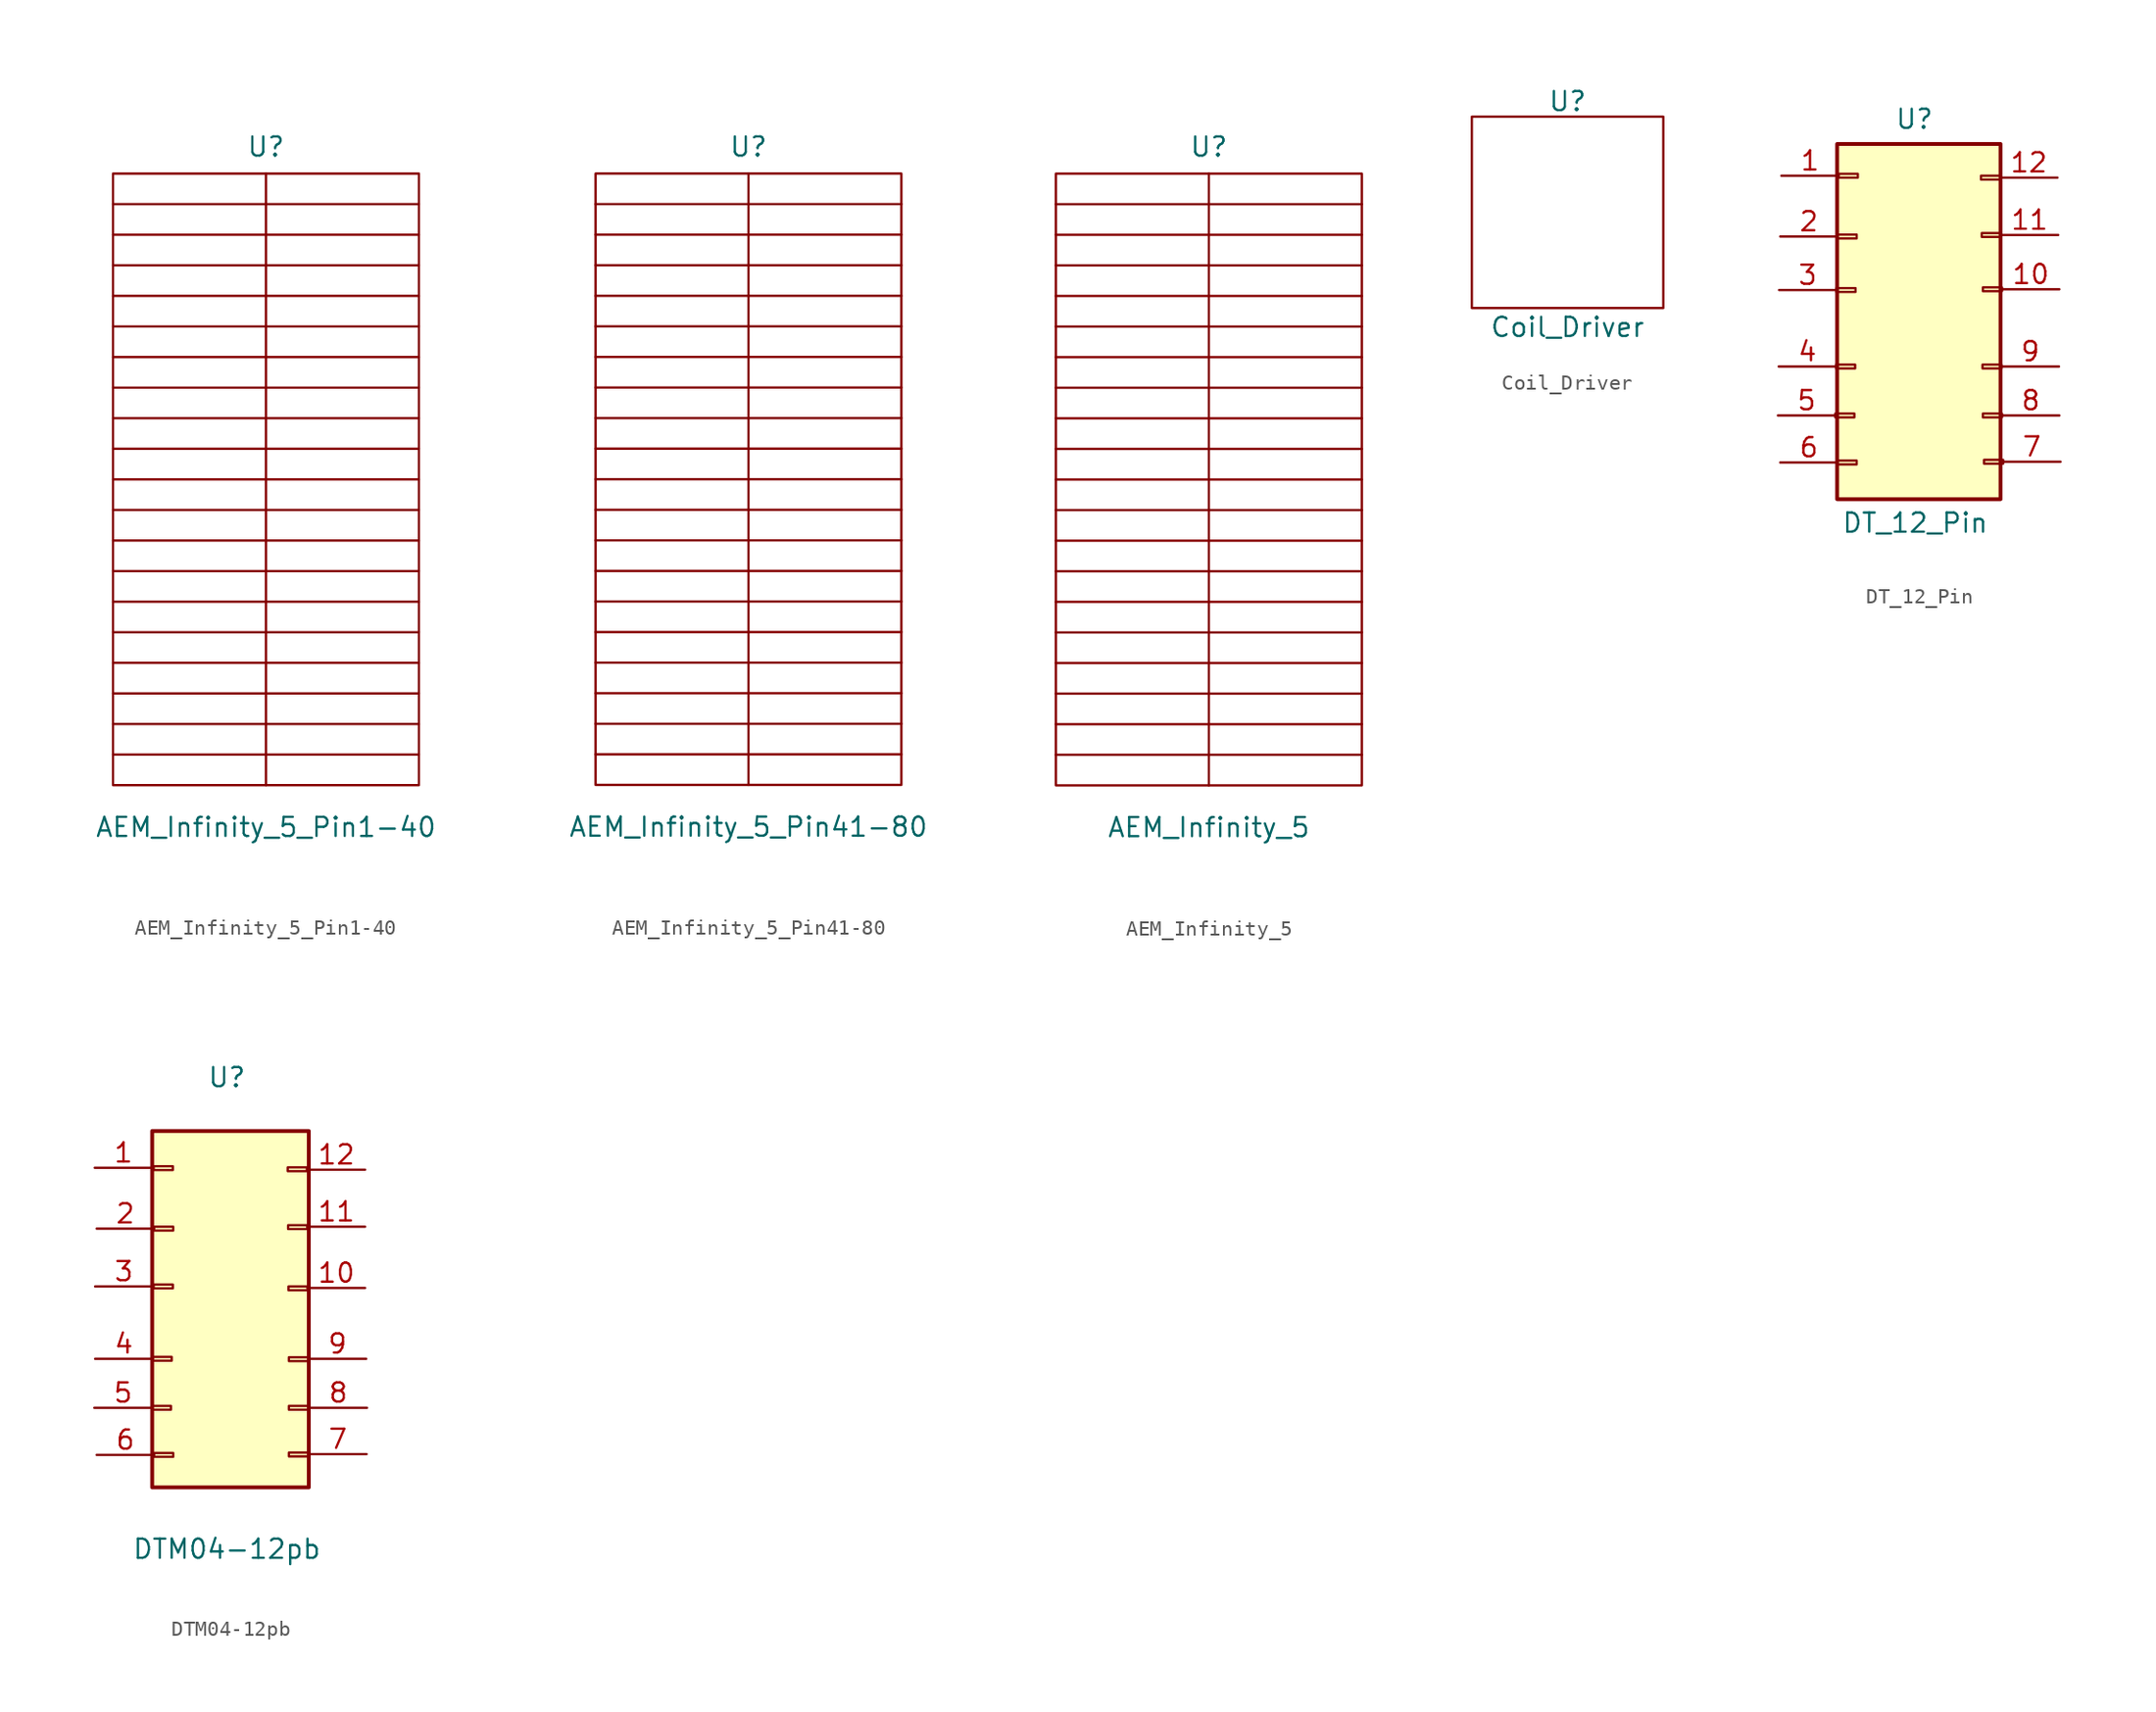
<source format=kicad_sym>
(kicad_symbol_lib
  (version 20220914)
  (generator kicad_symbol_editor)
  (symbol "AEM_Infinity_5_Pin1-40"
    (property "Reference" "U"
      (at 0 22.098 0)
      (effects (font (size 1.27 1.27))))
    (property "Value" "AEM_Infinity_5_Pin1-40"
      (at 0 -23.114 0)
      (effects (font (size 1.27 1.27))))
    (symbol "AEM_Infinity_5_Pin1-40_0_1"
      (rectangle (start -10.16 20.32) (end 10.16 -20.32) (stroke (width 0) (type default)) (fill (type none)))
      (polyline (pts (xy 0 20.32) (xy 0 -20.32)) (stroke (width 0) (type default)) (fill (type none)))
      (polyline (pts (xy -10.16 -18.288) (xy 10.16 -18.288) (xy 9.906 -18.288)) (stroke (width 0) (type default)) (fill (type none)))
      (polyline (pts (xy -10.16 -16.256) (xy 10.16 -16.256) (xy 9.906 -16.256)) (stroke (width 0) (type default)) (fill (type none)))
      (polyline (pts (xy -10.16 -14.224) (xy 10.16 -14.224) (xy 9.906 -14.224)) (stroke (width 0) (type default)) (fill (type none)))
      (polyline (pts (xy -10.16 -12.192) (xy 10.16 -12.192) (xy 9.906 -12.192)) (stroke (width 0) (type default)) (fill (type none)))
      (polyline (pts (xy -10.16 -10.16) (xy 10.16 -10.16) (xy 9.906 -10.16)) (stroke (width 0) (type default)) (fill (type none)))
      (polyline (pts (xy -10.16 -8.128) (xy 10.16 -8.128) (xy 9.906 -8.128)) (stroke (width 0) (type default)) (fill (type none)))
      (polyline (pts (xy -10.16 -6.096) (xy 10.16 -6.096) (xy 9.906 -6.096)) (stroke (width 0) (type default)) (fill (type none)))
      (polyline (pts (xy -10.16 -4.064) (xy 10.16 -4.064) (xy 9.906 -4.064)) (stroke (width 0) (type default)) (fill (type none)))
      (polyline (pts (xy -10.16 -2.032) (xy 10.16 -2.032) (xy 9.906 -2.032)) (stroke (width 0) (type default)) (fill (type none)))
      (polyline (pts (xy -10.16 0) (xy 10.16 0) (xy 9.906 0)) (stroke (width 0) (type default)) (fill (type none)))
      (polyline (pts (xy -10.16 2.032) (xy 10.16 2.032) (xy 9.906 2.032)) (stroke (width 0) (type default)) (fill (type none)))
      (polyline (pts (xy -10.16 4.064) (xy 10.16 4.064) (xy 9.906 4.064)) (stroke (width 0) (type default)) (fill (type none)))
      (polyline (pts (xy -10.16 6.096) (xy 10.16 6.096) (xy 9.906 6.096)) (stroke (width 0) (type default)) (fill (type none)))
      (polyline (pts (xy -10.16 8.128) (xy 10.16 8.128) (xy 9.906 8.128)) (stroke (width 0) (type default)) (fill (type none)))
      (polyline (pts (xy -10.16 10.16) (xy 10.16 10.16) (xy 9.906 10.16)) (stroke (width 0) (type default)) (fill (type none)))
      (polyline (pts (xy -10.16 12.192) (xy 10.16 12.192) (xy 9.906 12.192)) (stroke (width 0) (type default)) (fill (type none)))
      (polyline (pts (xy -10.16 14.224) (xy 10.16 14.224) (xy 9.906 14.224)) (stroke (width 0) (type default)) (fill (type none)))
      (polyline (pts (xy -10.16 16.256) (xy 10.16 16.256) (xy 9.906 16.256)) (stroke (width 0) (type default)) (fill (type none)))
      (polyline (pts (xy -10.16 18.288) (xy 10.16 18.288) (xy 9.906 18.288)) (stroke (width 0) (type default)) (fill (type none)))))
  (symbol "AEM_Infinity_5_Pin41-80"
    (property "Reference" "U"
      (at 0 22.098 0)
      (effects (font (size 1.27 1.27))))
    (property "Value" "AEM_Infinity_5_Pin41-80"
      (at 0 -23.114 0)
      (effects (font (size 1.27 1.27))))
    (symbol "AEM_Infinity_5_Pin41-80_0_1"
      (rectangle (start -10.16 20.32) (end 10.16 -20.32) (stroke (width 0) (type default)) (fill (type none)))
      (polyline (pts (xy 0 20.32) (xy 0 -20.32)) (stroke (width 0) (type default)) (fill (type none)))
      (polyline (pts (xy -10.16 -18.288) (xy 10.16 -18.288) (xy 9.906 -18.288)) (stroke (width 0) (type default)) (fill (type none)))
      (polyline (pts (xy -10.16 -16.256) (xy 10.16 -16.256) (xy 9.906 -16.256)) (stroke (width 0) (type default)) (fill (type none)))
      (polyline (pts (xy -10.16 -14.224) (xy 10.16 -14.224) (xy 9.906 -14.224)) (stroke (width 0) (type default)) (fill (type none)))
      (polyline (pts (xy -10.16 -12.192) (xy 10.16 -12.192) (xy 9.906 -12.192)) (stroke (width 0) (type default)) (fill (type none)))
      (polyline (pts (xy -10.16 -10.16) (xy 10.16 -10.16) (xy 9.906 -10.16)) (stroke (width 0) (type default)) (fill (type none)))
      (polyline (pts (xy -10.16 -8.128) (xy 10.16 -8.128) (xy 9.906 -8.128)) (stroke (width 0) (type default)) (fill (type none)))
      (polyline (pts (xy -10.16 -6.096) (xy 10.16 -6.096) (xy 9.906 -6.096)) (stroke (width 0) (type default)) (fill (type none)))
      (polyline (pts (xy -10.16 -4.064) (xy 10.16 -4.064) (xy 9.906 -4.064)) (stroke (width 0) (type default)) (fill (type none)))
      (polyline (pts (xy -10.16 -2.032) (xy 10.16 -2.032) (xy 9.906 -2.032)) (stroke (width 0) (type default)) (fill (type none)))
      (polyline (pts (xy -10.16 0) (xy 10.16 0) (xy 9.906 0)) (stroke (width 0) (type default)) (fill (type none)))
      (polyline (pts (xy -10.16 2.032) (xy 10.16 2.032) (xy 9.906 2.032)) (stroke (width 0) (type default)) (fill (type none)))
      (polyline (pts (xy -10.16 4.064) (xy 10.16 4.064) (xy 9.906 4.064)) (stroke (width 0) (type default)) (fill (type none)))
      (polyline (pts (xy -10.16 6.096) (xy 10.16 6.096) (xy 9.906 6.096)) (stroke (width 0) (type default)) (fill (type none)))
      (polyline (pts (xy -10.16 8.128) (xy 10.16 8.128) (xy 9.906 8.128)) (stroke (width 0) (type default)) (fill (type none)))
      (polyline (pts (xy -10.16 10.16) (xy 10.16 10.16) (xy 9.906 10.16)) (stroke (width 0) (type default)) (fill (type none)))
      (polyline (pts (xy -10.16 12.192) (xy 10.16 12.192) (xy 9.906 12.192)) (stroke (width 0) (type default)) (fill (type none)))
      (polyline (pts (xy -10.16 14.224) (xy 10.16 14.224) (xy 9.906 14.224)) (stroke (width 0) (type default)) (fill (type none)))
      (polyline (pts (xy -10.16 16.256) (xy 10.16 16.256) (xy 9.906 16.256)) (stroke (width 0) (type default)) (fill (type none)))
      (polyline (pts (xy -10.16 18.288) (xy 10.16 18.288) (xy 9.906 18.288)) (stroke (width 0) (type default)) (fill (type none)))))
  (symbol "AEM_Infinity_5"
    (property "Reference" "U"
      (at 0 22.098 0)
      (effects (font (size 1.27 1.27))))
    (property "Value" "AEM_Infinity_5"
      (at 0 -23.114 0)
      (effects (font (size 1.27 1.27))))
    (symbol "AEM_Infinity_5_0_1"
      (rectangle (start -10.16 20.32) (end 10.16 -20.32) (stroke (width 0) (type default)) (fill (type none)))
      (polyline (pts (xy 0 20.32) (xy 0 -20.32)) (stroke (width 0) (type default)) (fill (type none)))
      (polyline (pts (xy -10.16 -18.288) (xy 10.16 -18.288) (xy 9.906 -18.288)) (stroke (width 0) (type default)) (fill (type none)))
      (polyline (pts (xy -10.16 -16.256) (xy 10.16 -16.256) (xy 9.906 -16.256)) (stroke (width 0) (type default)) (fill (type none)))
      (polyline (pts (xy -10.16 -14.224) (xy 10.16 -14.224) (xy 9.906 -14.224)) (stroke (width 0) (type default)) (fill (type none)))
      (polyline (pts (xy -10.16 -12.192) (xy 10.16 -12.192) (xy 9.906 -12.192)) (stroke (width 0) (type default)) (fill (type none)))
      (polyline (pts (xy -10.16 -10.16) (xy 10.16 -10.16) (xy 9.906 -10.16)) (stroke (width 0) (type default)) (fill (type none)))
      (polyline (pts (xy -10.16 -8.128) (xy 10.16 -8.128) (xy 9.906 -8.128)) (stroke (width 0) (type default)) (fill (type none)))
      (polyline (pts (xy -10.16 -6.096) (xy 10.16 -6.096) (xy 9.906 -6.096)) (stroke (width 0) (type default)) (fill (type none)))
      (polyline (pts (xy -10.16 -4.064) (xy 10.16 -4.064) (xy 9.906 -4.064)) (stroke (width 0) (type default)) (fill (type none)))
      (polyline (pts (xy -10.16 -2.032) (xy 10.16 -2.032) (xy 9.906 -2.032)) (stroke (width 0) (type default)) (fill (type none)))
      (polyline (pts (xy -10.16 0) (xy 10.16 0) (xy 9.906 0)) (stroke (width 0) (type default)) (fill (type none)))
      (polyline (pts (xy -10.16 2.032) (xy 10.16 2.032) (xy 9.906 2.032)) (stroke (width 0) (type default)) (fill (type none)))
      (polyline (pts (xy -10.16 4.064) (xy 10.16 4.064) (xy 9.906 4.064)) (stroke (width 0) (type default)) (fill (type none)))
      (polyline (pts (xy -10.16 6.096) (xy 10.16 6.096) (xy 9.906 6.096)) (stroke (width 0) (type default)) (fill (type none)))
      (polyline (pts (xy -10.16 8.128) (xy 10.16 8.128) (xy 9.906 8.128)) (stroke (width 0) (type default)) (fill (type none)))
      (polyline (pts (xy -10.16 10.16) (xy 10.16 10.16) (xy 9.906 10.16)) (stroke (width 0) (type default)) (fill (type none)))
      (polyline (pts (xy -10.16 12.192) (xy 10.16 12.192) (xy 9.906 12.192)) (stroke (width 0) (type default)) (fill (type none)))
      (polyline (pts (xy -10.16 14.224) (xy 10.16 14.224) (xy 9.906 14.224)) (stroke (width 0) (type default)) (fill (type none)))
      (polyline (pts (xy -10.16 16.256) (xy 10.16 16.256) (xy 9.906 16.256)) (stroke (width 0) (type default)) (fill (type none)))
      (polyline (pts (xy -10.16 18.288) (xy 10.16 18.288) (xy 9.906 18.288)) (stroke (width 0) (type default)) (fill (type none)))))
  (symbol "Coil_Driver"
    (property "Reference" "U"
      (at 0 7.366 0)
      (effects (font (size 1.27 1.27))))
    (property "Value" "Coil_Driver"
      (at 0 -7.62 0)
      (effects (font (size 1.27 1.27))))
    (symbol "Coil_Driver_0_1"
      (rectangle (start -6.35 6.35) (end 6.35 -6.35) (stroke (width 0) (type default)) (fill (type none)))))
  (symbol "DT_12_Pin"
    (pin_names hide)
    (property "Reference" "U"
      (at 0 14.122 0)
      (effects (font (size 1.27 1.27))))
    (property "Value" "DT_12_Pin"
      (at 0.051 -12.7 0)
      (effects (font (size 1.27 1.27))))
    (symbol "DT_12_Pin_1_1"
      (rectangle (start -5.258 -5.436) (end -3.988 -5.69) (stroke (width 0.152) (type default)) (fill (type none)))
      (rectangle (start -5.207 -2.184) (end -3.937 -2.438) (stroke (width 0.152) (type default)) (fill (type none)))
      (rectangle (start -5.182 2.896) (end -3.912 2.642) (stroke (width 0.152) (type default)) (fill (type none)))
      (rectangle (start -5.131 12.471) (end 5.715 -11.125) (stroke (width 0.254) (type default)) (fill (type background)))
      (rectangle (start -5.105 -8.56) (end -3.835 -8.814) (stroke (width 0.152) (type default)) (fill (type none)))
      (rectangle (start -5.105 6.452) (end -3.835 6.198) (stroke (width 0.152) (type default)) (fill (type none)))
      (rectangle (start -5.029 10.49) (end -3.759 10.236) (stroke (width 0.152) (type default)) (fill (type none)))
      (rectangle (start 5.69 10.363) (end 4.42 10.109) (stroke (width 0.152) (type default)) (fill (type none)))
      (rectangle (start 5.74 6.553) (end 4.47 6.299) (stroke (width 0.152) (type default)) (fill (type none)))
      (rectangle (start 5.791 -2.184) (end 4.521 -2.438) (stroke (width 0.152) (type default)) (fill (type none)))
      (rectangle (start 5.817 -5.436) (end 4.547 -5.69) (stroke (width 0.152) (type default)) (fill (type none)))
      (rectangle (start 5.817 2.946) (end 4.547 2.692) (stroke (width 0.152) (type default)) (fill (type none)))
      (rectangle (start 5.893 -8.509) (end 4.623 -8.763) (stroke (width 0.152) (type default)) (fill (type none)))
      (pin passive line (at -8.839 10.363 0) (length 3.81) (name "Pin_1" (effects (font (size 1.27 1.27)))) (number "1" (effects (font (size 1.27 1.27)))))
      (pin passive line (at 9.627 2.819 180) (length 3.81) (name "Pin_10" (effects (font (size 1.27 1.27)))) (number "10" (effects (font (size 1.27 1.27)))))
      (pin passive line (at 9.55 6.426 180) (length 3.81) (name "Pin_11" (effects (font (size 1.27 1.27)))) (number "11" (effects (font (size 1.27 1.27)))))
      (pin passive line (at 9.5 10.236 180) (length 3.81) (name "Pin_12" (effects (font (size 1.27 1.27)))) (number "12" (effects (font (size 1.27 1.27)))))
      (pin passive line (at -8.915 6.325 0) (length 3.81) (name "Pin_2" (effects (font (size 1.27 1.27)))) (number "2" (effects (font (size 1.27 1.27)))))
      (pin passive line (at -8.992 2.769 0) (length 3.81) (name "Pin_3" (effects (font (size 1.27 1.27)))) (number "3" (effects (font (size 1.27 1.27)))))
      (pin passive line (at -9.017 -2.311 0) (length 3.81) (name "Pin_4" (effects (font (size 1.27 1.27)))) (number "4" (effects (font (size 1.27 1.27)))))
      (pin passive line (at -9.068 -5.563 0) (length 3.81) (name "Pin_5" (effects (font (size 1.27 1.27)))) (number "5" (effects (font (size 1.27 1.27)))))
      (pin passive line (at -8.915 -8.687 0) (length 3.81) (name "Pin_6" (effects (font (size 1.27 1.27)))) (number "6" (effects (font (size 1.27 1.27)))))
      (pin passive line (at 9.703 -8.636 180) (length 3.81) (name "Pin_7" (effects (font (size 1.27 1.27)))) (number "7" (effects (font (size 1.27 1.27)))))
      (pin passive line (at 9.627 -5.563 180) (length 3.81) (name "Pin_8" (effects (font (size 1.27 1.27)))) (number "8" (effects (font (size 1.27 1.27)))))
      (pin passive line (at 9.601 -2.311 180) (length 3.81) (name "Pin_9" (effects (font (size 1.27 1.27)))) (number "9" (effects (font (size 1.27 1.27)))))))
  (symbol "DTM04-12pb"
    (pin_names hide)
    (property "Reference" "U"
      (at 0.051 16.307 0)
      (effects (font (size 1.27 1.27))))
    (property "Value" "DTM04-12pb"
      (at 0.051 -14.986 0)
      (effects (font (size 1.27 1.27))))
    (symbol "DTM04-12pb_1_1"
      (rectangle (start -4.928 -5.486) (end -3.658 -5.74) (stroke (width 0.152) (type default)) (fill (type none)))
      (rectangle (start -4.902 12.751) (end 5.486 -10.897) (stroke (width 0.254) (type default)) (fill (type background)))
      (rectangle (start -4.877 -2.235) (end -3.607 -2.489) (stroke (width 0.152) (type default)) (fill (type none)))
      (rectangle (start -4.801 2.565) (end -3.531 2.311) (stroke (width 0.152) (type default)) (fill (type none)))
      (rectangle (start -4.801 10.414) (end -3.531 10.16) (stroke (width 0.152) (type default)) (fill (type none)))
      (rectangle (start -4.775 -8.611) (end -3.505 -8.865) (stroke (width 0.152) (type default)) (fill (type none)))
      (rectangle (start -4.775 6.401) (end -3.505 6.147) (stroke (width 0.152) (type default)) (fill (type none)))
      (rectangle (start 5.359 10.338) (end 4.089 10.084) (stroke (width 0.152) (type default)) (fill (type none)))
      (rectangle (start 5.385 6.502) (end 4.115 6.248) (stroke (width 0.152) (type default)) (fill (type none)))
      (rectangle (start 5.41 2.438) (end 4.14 2.184) (stroke (width 0.152) (type default)) (fill (type none)))
      (rectangle (start 5.436 -8.585) (end 4.166 -8.839) (stroke (width 0.152) (type default)) (fill (type none)))
      (rectangle (start 5.436 -5.486) (end 4.166 -5.74) (stroke (width 0.152) (type default)) (fill (type none)))
      (rectangle (start 5.436 -2.261) (end 4.166 -2.515) (stroke (width 0.152) (type default)) (fill (type none)))
      (pin passive line (at -8.712 10.312 0) (length 3.81) (name "Pin_1" (effects (font (size 1.27 1.27)))) (number "1" (effects (font (size 1.27 1.27)))))
      (pin passive line (at 9.22 2.337 180) (length 3.81) (name "Pin_10" (effects (font (size 1.27 1.27)))) (number "10" (effects (font (size 1.27 1.27)))))
      (pin passive line (at 9.22 6.401 180) (length 3.81) (name "Pin_11" (effects (font (size 1.27 1.27)))) (number "11" (effects (font (size 1.27 1.27)))))
      (pin passive line (at 9.22 10.185 180) (length 3.81) (name "Pin_12" (effects (font (size 1.27 1.27)))) (number "12" (effects (font (size 1.27 1.27)))))
      (pin passive line (at -8.585 6.274 0) (length 3.81) (name "Pin_2" (effects (font (size 1.27 1.27)))) (number "2" (effects (font (size 1.27 1.27)))))
      (pin passive line (at -8.687 2.438 0) (length 3.81) (name "Pin_3" (effects (font (size 1.27 1.27)))) (number "3" (effects (font (size 1.27 1.27)))))
      (pin passive line (at -8.687 -2.362 0) (length 3.81) (name "Pin_4" (effects (font (size 1.27 1.27)))) (number "4" (effects (font (size 1.27 1.27)))))
      (pin passive line (at -8.738 -5.613 0) (length 3.81) (name "Pin_5" (effects (font (size 1.27 1.27)))) (number "5" (effects (font (size 1.27 1.27)))))
      (pin passive line (at -8.585 -8.738 0) (length 3.81) (name "Pin_6" (effects (font (size 1.27 1.27)))) (number "6" (effects (font (size 1.27 1.27)))))
      (pin passive line (at 9.322 -8.687 180) (length 3.81) (name "Pin_7" (effects (font (size 1.27 1.27)))) (number "7" (effects (font (size 1.27 1.27)))))
      (pin passive line (at 9.347 -5.613 180) (length 3.81) (name "Pin_8" (effects (font (size 1.27 1.27)))) (number "8" (effects (font (size 1.27 1.27)))))
      (pin passive line (at 9.296 -2.362 180) (length 3.81) (name "Pin_9" (effects (font (size 1.27 1.27)))) (number "9" (effects (font (size 1.27 1.27))))))))
</source>
